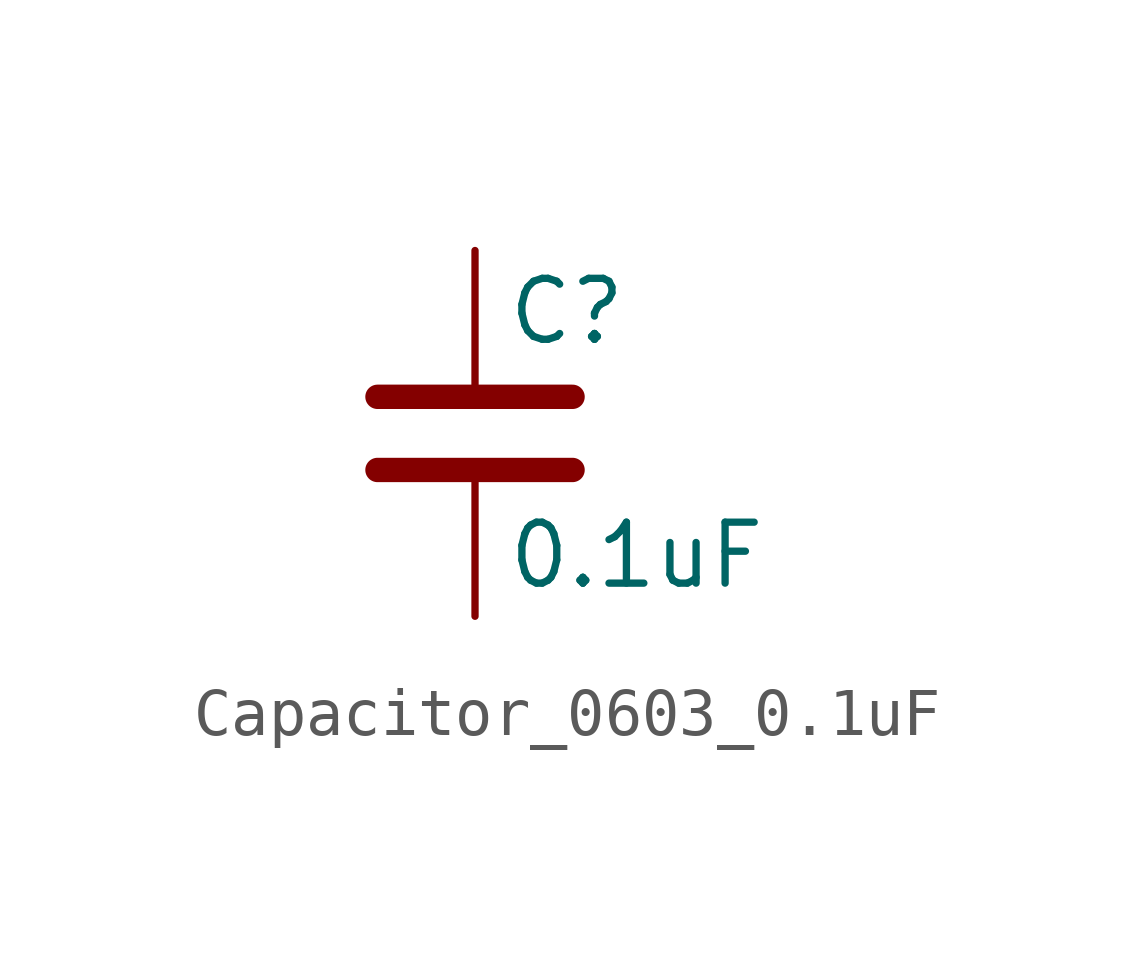
<source format=kicad_sym>
(kicad_symbol_lib
  (version 20220914)
  (generator kicad_symbol_editor)
  (symbol "Capacitor_0603_0.1uF"
    (pin_numbers hide)
    (pin_names
      (offset 0.254))
    (property "Reference" "C"
      (at 0.635 2.54 0)
      (effects (font (size 1.27 1.27)) (justify left)))
    (property "Value" "0.1uF"
      (at 0.635 -2.54 0)
      (effects (font (size 1.27 1.27)) (justify left)))
    (symbol "Capacitor_0603_0.1uF_0_1"
      (polyline (pts (xy -2.032 -0.762) (xy 2.032 -0.762)) (stroke (width 0.508) (type default)) (fill (type none)))
      (polyline (pts (xy -2.032 0.762) (xy 2.032 0.762)) (stroke (width 0.508) (type default)) (fill (type none))))
    (symbol "Capacitor_0603_0.1uF_1_1"
      (pin passive line (at 0 3.81 270) (length 2.794) (name "~" (effects (font (size 1.27 1.27)))) (number "1" (effects (font (size 1.27 1.27)))))
      (pin passive line (at 0 -3.81 90) (length 2.794) (name "~" (effects (font (size 1.27 1.27)))) (number "2" (effects (font (size 1.27 1.27))))))))
</source>
